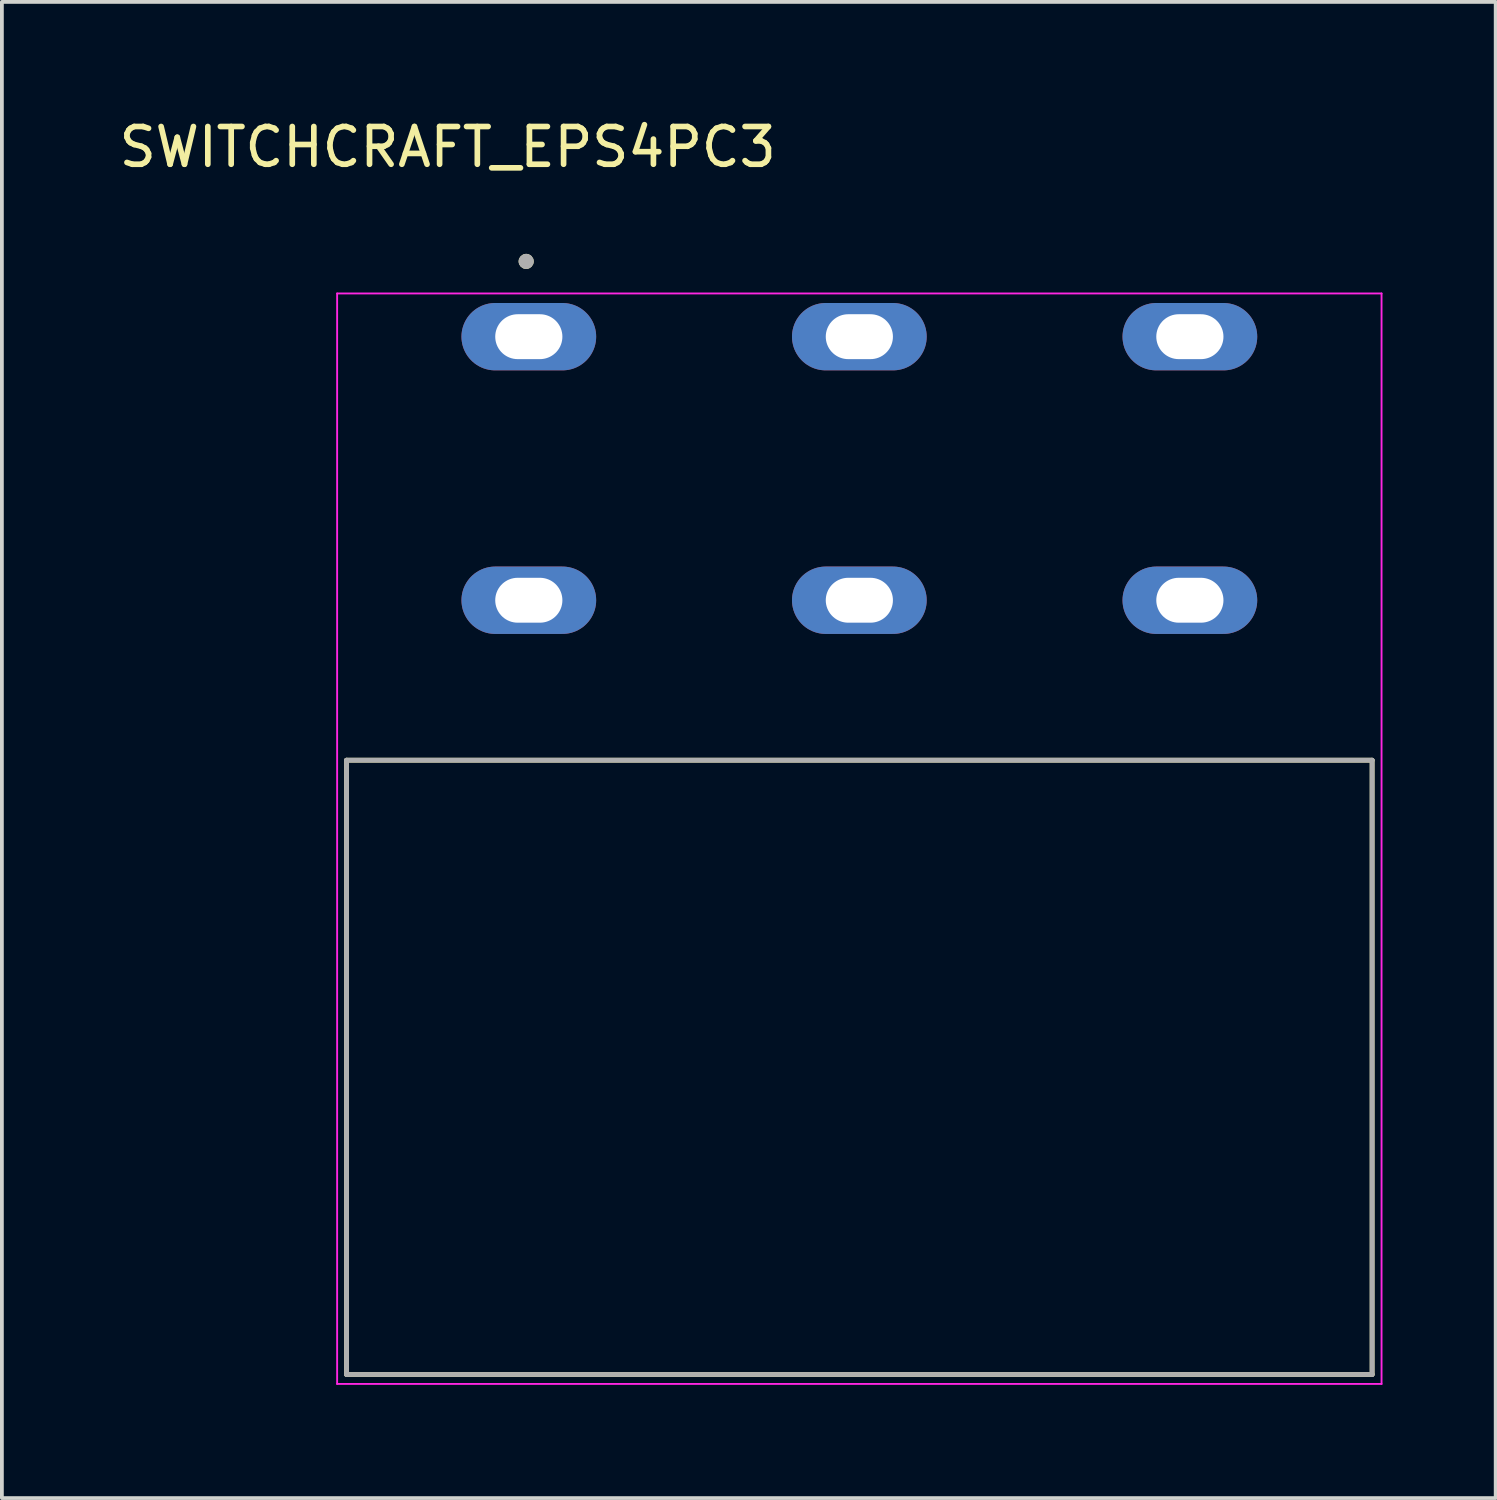
<source format=kicad_pcb>
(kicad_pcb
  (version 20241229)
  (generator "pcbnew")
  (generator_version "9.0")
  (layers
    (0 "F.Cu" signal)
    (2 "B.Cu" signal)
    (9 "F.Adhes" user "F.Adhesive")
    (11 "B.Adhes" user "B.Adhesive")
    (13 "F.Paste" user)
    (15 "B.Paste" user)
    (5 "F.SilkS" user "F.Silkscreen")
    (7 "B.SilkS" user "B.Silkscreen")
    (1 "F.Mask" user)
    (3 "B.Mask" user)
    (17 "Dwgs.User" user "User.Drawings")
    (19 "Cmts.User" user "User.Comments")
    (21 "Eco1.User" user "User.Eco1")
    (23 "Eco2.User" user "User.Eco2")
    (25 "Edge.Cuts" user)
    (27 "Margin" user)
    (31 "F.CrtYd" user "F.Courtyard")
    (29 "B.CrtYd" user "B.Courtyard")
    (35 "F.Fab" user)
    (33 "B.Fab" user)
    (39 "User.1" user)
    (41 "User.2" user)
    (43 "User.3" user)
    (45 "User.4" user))
  (footprint "SWITCHCRAFT_EPS4PC3"
    (layer "F.Cu")
    (at 19.725 25.238)
    (property "Reference" "SWITCHCRAFT_EPS4PC3" (at -10.91 -24.39 0) (layer "F.SilkS") (effects (font (size 1 1) (thickness 0.15))))
    (attr through_hole)
    (fp_line (start -13.59 -8.14) (end 13.59 -8.14) (stroke (width 0.127) (type solid)) (layer "F.SilkS"))
    (fp_line (start -13.59 8.14) (end -13.59 -8.14) (stroke (width 0.127) (type solid)) (layer "F.SilkS"))
    (fp_line (start 13.59 -8.14) (end 13.59 8.14) (stroke (width 0.127) (type solid)) (layer "F.SilkS"))
    (fp_line (start 13.59 8.14) (end -13.59 8.14) (stroke (width 0.127) (type solid)) (layer "F.SilkS"))
    (fp_circle (center -8.83 -21.36) (end -8.73 -21.36) (stroke (width 0.2) (type solid)) (fill no) (layer "F.SilkS"))
    (fp_line (start -13.84 -20.51) (end -13.84 8.39) (stroke (width 0.05) (type solid)) (layer "F.CrtYd"))
    (fp_line (start -13.84 8.39) (end 13.84 8.39) (stroke (width 0.05) (type solid)) (layer "F.CrtYd"))
    (fp_line (start 13.84 -20.51) (end -13.84 -20.51) (stroke (width 0.05) (type solid)) (layer "F.CrtYd"))
    (fp_line (start 13.84 8.39) (end 13.84 -20.51) (stroke (width 0.05) (type solid)) (layer "F.CrtYd"))
    (fp_line (start -13.59 -8.14) (end 13.59 -8.14) (stroke (width 0.127) (type solid)) (layer "F.Fab"))
    (fp_line (start -13.59 8.14) (end -13.59 -8.14) (stroke (width 0.127) (type solid)) (layer "F.Fab"))
    (fp_line (start 13.59 -8.14) (end 13.59 8.14) (stroke (width 0.127) (type solid)) (layer "F.Fab"))
    (fp_line (start 13.59 8.14) (end -13.59 8.14) (stroke (width 0.127) (type solid)) (layer "F.Fab"))
    (fp_circle (center -8.83 -21.36) (end -8.73 -21.36) (stroke (width 0.2) (type solid)) (fill no) (layer "F.Fab"))
    (pad "1" thru_hole oval (at -8.76 -19.365) (size 3.57 1.785) (drill oval 1.78 1.19) (layers "*.Cu" "*.Mask"))
    (pad "2" thru_hole oval (at 0 -19.365) (size 3.57 1.785) (drill oval 1.78 1.19) (layers "*.Cu" "*.Mask"))
    (pad "3" thru_hole oval (at 8.76 -19.365) (size 3.57 1.785) (drill oval 1.78 1.19) (layers "*.Cu" "*.Mask"))
    (pad "4" thru_hole oval (at -8.76 -12.38) (size 3.57 1.785) (drill oval 1.78 1.19) (layers "*.Cu" "*.Mask"))
    (pad "5" thru_hole oval (at 0 -12.38) (size 3.57 1.785) (drill oval 1.78 1.19) (layers "*.Cu" "*.Mask"))
    (pad "6" thru_hole oval (at 8.76 -12.38) (size 3.57 1.785) (drill oval 1.78 1.19) (layers "*.Cu" "*.Mask")))
  (gr_rect
    (start -3 -3)
    (end 36.59 36.653)
    (stroke (width 0.1) (type default))
    (fill no)
    (layer "Edge.Cuts")))
</source>
